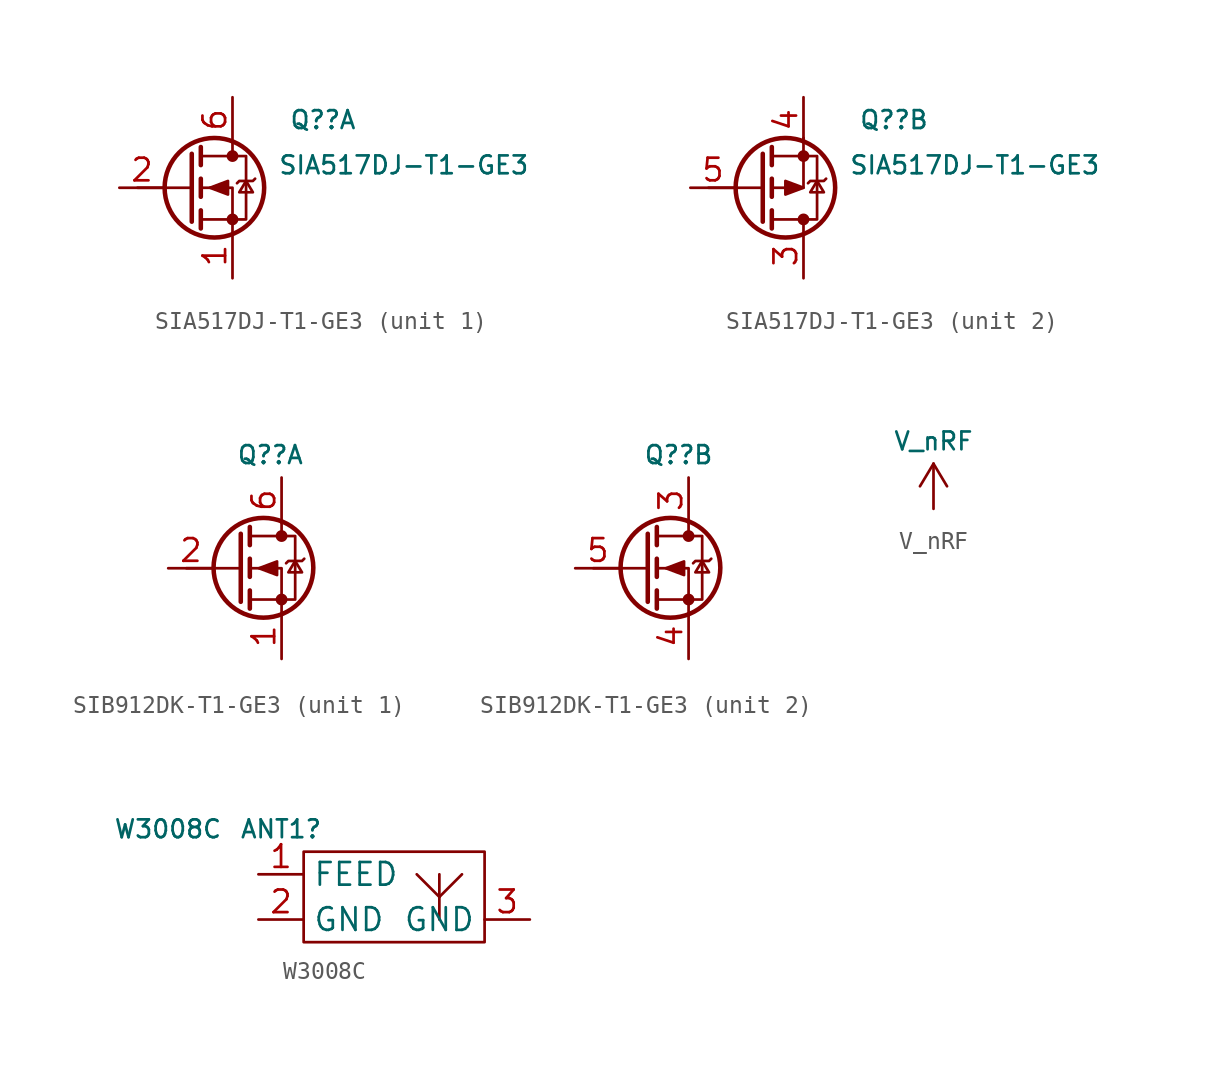
<source format=kicad_sym>
(kicad_symbol_lib
  (version 20211014)
  (generator kicad_symbol_editor)
  (symbol "SIA517DJ-T1-GE3"
    (property "Reference" "Q?"
      (at 3.81 3.81 0)
      (effects (font (size 1 1))))
    (property "Value" "SIA517DJ-T1-GE3"
      (at 1.27 1.27 0)
      (effects (font (size 1 1)) (justify left)))
    (symbol "SIA517DJ-T1-GE3_0_1"
      (circle (center -2.286 0) (radius 2.794) (stroke (width 0.254) (type default) (color 0 0 0 0)) (fill (type none)))
      (circle (center -1.27 -1.778) (radius 0.254) (stroke (width 0) (type default) (color 0 0 0 0)) (fill (type outline)))
      (circle (center -1.27 1.778) (radius 0.254) (stroke (width 0) (type default) (color 0 0 0 0)) (fill (type outline)))
      (polyline (pts (xy -3.556 -1.905) (xy -3.556 1.905)) (stroke (width 0.254) (type default) (color 0 0 0 0)) (fill (type none)))
      (polyline (pts (xy -3.556 0) (xy -6.604 0)) (stroke (width 0) (type default) (color 0 0 0 0)) (fill (type none)))
      (polyline (pts (xy -3.048 -2.286) (xy -3.048 -1.27)) (stroke (width 0.254) (type default) (color 0 0 0 0)) (fill (type none)))
      (polyline (pts (xy -3.048 -0.508) (xy -3.048 0.508)) (stroke (width 0.254) (type default) (color 0 0 0 0)) (fill (type none)))
      (polyline (pts (xy -3.048 1.27) (xy -3.048 2.286)) (stroke (width 0.254) (type default) (color 0 0 0 0)) (fill (type none)))
      (polyline (pts (xy -1.27 -2.54) (xy -1.27 -1.778)) (stroke (width 0) (type default) (color 0 0 0 0)) (fill (type none)))
      (polyline (pts (xy -3.048 -1.778) (xy -0.508 -1.778) (xy -0.508 1.778) (xy -3.048 1.778)) (stroke (width 0) (type default) (color 0 0 0 0)) (fill (type none)))
      (polyline (pts (xy -1.016 0.254) (xy -0.889 0.381) (xy -0.127 0.381) (xy 0 0.508)) (stroke (width 0) (type default) (color 0 0 0 0)) (fill (type none)))
      (polyline (pts (xy -0.508 0.381) (xy -0.127 -0.254) (xy -0.889 -0.254) (xy -0.508 0.381)) (stroke (width 0) (type default) (color 0 0 0 0)) (fill (type none))))
    (symbol "SIA517DJ-T1-GE3_1_1"
      (polyline (pts (xy -1.27 2.54) (xy -1.27 1.778)) (stroke (width 0) (type default) (color 0 0 0 0)) (fill (type none)))
      (polyline (pts (xy -1.27 -1.778) (xy -1.27 0) (xy -3.048 0)) (stroke (width 0) (type default) (color 0 0 0 0)) (fill (type none)))
      (polyline (pts (xy -2.54 0) (xy -1.524 -0.381) (xy -1.524 0.381) (xy -2.54 0)) (stroke (width 0) (type default) (color 0 0 0 0)) (fill (type outline)))
      (pin passive line (at -1.27 -5.08 90) (length 2.54) (name "" (effects (font (size 1.27 1.27)))) (number "1" (effects (font (size 1.27 1.27)))))
      (pin passive line (at -7.62 0 0) (length 2.54) (name "" (effects (font (size 1.27 1.27)))) (number "2" (effects (font (size 1.27 1.27)))))
      (pin passive line (at -1.27 5.08 270) (length 2.54) (name "" (effects (font (size 1.27 1.27)))) (number "6" (effects (font (size 1.27 1.27))))))
    (symbol "SIA517DJ-T1-GE3_2_1"
      (polyline (pts (xy -1.27 1.778) (xy -1.27 2.794)) (stroke (width 0) (type default) (color 0 0 0 0)) (fill (type none)))
      (polyline (pts (xy -3.048 0) (xy -1.27 0) (xy -1.27 1.778)) (stroke (width 0) (type default) (color 0 0 0 0)) (fill (type none)))
      (polyline (pts (xy -1.27 0) (xy -2.286 -0.381) (xy -2.286 0.381) (xy -1.27 0)) (stroke (width 0) (type default) (color 0 0 0 0)) (fill (type outline)))
      (pin passive line (at -1.27 -5.08 90) (length 2.54) (name "" (effects (font (size 1.27 1.27)))) (number "3" (effects (font (size 1.27 1.27)))))
      (pin passive line (at -1.27 5.08 270) (length 2.54) (name "" (effects (font (size 1.27 1.27)))) (number "4" (effects (font (size 1.27 1.27)))))
      (pin passive line (at -7.62 0 0) (length 2.54) (name "" (effects (font (size 1.27 1.27)))) (number "5" (effects (font (size 1.27 1.27)))))))
  (symbol "SIB912DK-T1-GE3"
    (property "Reference" "Q?"
      (at -3.81 6.35 0)
      (effects (font (size 1 1)) (justify left)))
    (symbol "SIB912DK-T1-GE3_0_1"
      (circle (center -2.286 0.025) (radius 2.794) (stroke (width 0.254) (type default) (color 0 0 0 0)) (fill (type none)))
      (circle (center -1.27 -1.753) (radius 0.254) (stroke (width 0) (type default) (color 0 0 0 0)) (fill (type outline)))
      (circle (center -1.27 1.803) (radius 0.254) (stroke (width 0) (type default) (color 0 0 0 0)) (fill (type outline)))
      (polyline (pts (xy -3.556 -1.88) (xy -3.556 1.93)) (stroke (width 0.254) (type default) (color 0 0 0 0)) (fill (type none)))
      (polyline (pts (xy -3.556 0) (xy -6.604 0)) (stroke (width 0) (type default) (color 0 0 0 0)) (fill (type none)))
      (polyline (pts (xy -3.048 -2.261) (xy -3.048 -1.245)) (stroke (width 0.254) (type default) (color 0 0 0 0)) (fill (type none)))
      (polyline (pts (xy -3.048 -0.483) (xy -3.048 0.533)) (stroke (width 0.254) (type default) (color 0 0 0 0)) (fill (type none)))
      (polyline (pts (xy -3.048 1.295) (xy -3.048 2.311)) (stroke (width 0.254) (type default) (color 0 0 0 0)) (fill (type none)))
      (polyline (pts (xy -1.27 -2.54) (xy -1.27 -1.778)) (stroke (width 0) (type default) (color 0 0 0 0)) (fill (type none)))
      (polyline (pts (xy -3.048 -1.753) (xy -0.508 -1.753) (xy -0.508 1.803) (xy -3.048 1.803)) (stroke (width 0) (type default) (color 0 0 0 0)) (fill (type none)))
      (polyline (pts (xy -1.016 0.279) (xy -0.889 0.406) (xy -0.127 0.406) (xy 0 0.533)) (stroke (width 0) (type default) (color 0 0 0 0)) (fill (type none)))
      (polyline (pts (xy -0.508 0.406) (xy -0.127 -0.229) (xy -0.889 -0.229) (xy -0.508 0.406)) (stroke (width 0) (type default) (color 0 0 0 0)) (fill (type none))))
    (symbol "SIB912DK-T1-GE3_1_1"
      (polyline (pts (xy -1.27 2.54) (xy -1.27 1.778)) (stroke (width 0) (type default) (color 0 0 0 0)) (fill (type none)))
      (polyline (pts (xy -1.27 -1.778) (xy -1.27 0) (xy -3.048 0)) (stroke (width 0) (type default) (color 0 0 0 0)) (fill (type none)))
      (polyline (pts (xy -2.54 0) (xy -1.524 -0.381) (xy -1.524 0.381) (xy -2.54 0)) (stroke (width 0) (type default) (color 0 0 0 0)) (fill (type outline)))
      (pin passive line (at -1.27 -5.08 90) (length 2.54) (name "" (effects (font (size 1.27 1.27)))) (number "1" (effects (font (size 1.27 1.27)))))
      (pin passive line (at -7.62 0 0) (length 2.54) (name "" (effects (font (size 1.27 1.27)))) (number "2" (effects (font (size 1.27 1.27)))))
      (pin passive line (at -1.27 5.08 270) (length 2.54) (name "" (effects (font (size 1.27 1.27)))) (number "6" (effects (font (size 1.27 1.27))))))
    (symbol "SIB912DK-T1-GE3_2_1"
      (polyline (pts (xy -1.27 2.565) (xy -1.27 1.803)) (stroke (width 0) (type default) (color 0 0 0 0)) (fill (type none)))
      (polyline (pts (xy -1.27 -1.753) (xy -1.27 0) (xy -3.048 0)) (stroke (width 0) (type default) (color 0 0 0 0)) (fill (type none)))
      (polyline (pts (xy -2.54 0) (xy -1.524 -0.381) (xy -1.524 0.381) (xy -2.54 0)) (stroke (width 0) (type default) (color 0 0 0 0)) (fill (type outline)))
      (pin passive line (at -1.27 5.08 270) (length 2.54) (name "" (effects (font (size 1.27 1.27)))) (number "3" (effects (font (size 1.27 1.27)))))
      (pin passive line (at -1.27 -5.08 90) (length 2.54) (name "" (effects (font (size 1.27 1.27)))) (number "4" (effects (font (size 1.27 1.27)))))
      (pin passive line (at -7.62 0 0) (length 2.54) (name "" (effects (font (size 1.27 1.27)))) (number "5" (effects (font (size 1.27 1.27)))))))
  (symbol "V_nRF"
    (power)
    (pin_names
      (offset 0))
    (property "Reference" "#PWR?"
      (at 5.08 0 0)
      (effects (font (size 1 1)) hide))
    (property "Value" "V_nRF"
      (at 0 3.81 0)
      (effects (font (size 1 1))))
    (symbol "V_nRF_0_1"
      (polyline (pts (xy -0.762 1.27) (xy 0 2.54)) (stroke (width 0) (type default) (color 0 0 0 0)) (fill (type none)))
      (polyline (pts (xy 0 0) (xy 0 2.54)) (stroke (width 0) (type default) (color 0 0 0 0)) (fill (type none)))
      (polyline (pts (xy 0 2.54) (xy 0.762 1.27)) (stroke (width 0) (type default) (color 0 0 0 0)) (fill (type none))))
    (symbol "V_nRF_1_1"
      (pin power_in line (at 0 0 90) (length 0) hide (name "V_nRF" (effects (font (size 1.27 1.27)))) (number "1" (effects (font (size 1.27 1.27)))))))
  (symbol "W3008C"
    (property "Reference" "ANT1"
      (at -1.27 0 0)
      (effects (font (size 1 1))))
    (property "Value" "W3008C"
      (at -7.62 0 0)
      (effects (font (size 1 1))))
    (symbol "W3008C_0_0"
      (pin input line (at -2.54 -2.54 0) (length 2.54) (name "FEED" (effects (font (size 1.27 1.27)))) (number "1" (effects (font (size 1.27 1.27)))))
      (pin power_in line (at -2.54 -5.08 0) (length 2.54) (name "GND" (effects (font (size 1.27 1.27)))) (number "2" (effects (font (size 1.27 1.27)))))
      (pin power_in line (at 12.7 -5.08 180) (length 2.54) (name "GND" (effects (font (size 1.27 1.27)))) (number "3" (effects (font (size 1.27 1.27))))))
    (symbol "W3008C_0_1"
      (rectangle (start 0 -1.27) (end 10.16 -6.35) (stroke (width 0) (type default) (color 0 0 0 0)) (fill (type none)))
      (polyline (pts (xy 7.62 -5.08) (xy 7.62 -2.54)) (stroke (width 0) (type default) (color 0 0 0 0)) (fill (type none)))
      (polyline (pts (xy 7.62 -3.81) (xy 6.35 -2.54)) (stroke (width 0) (type default) (color 0 0 0 0)) (fill (type none)))
      (polyline (pts (xy 7.62 -3.81) (xy 8.89 -2.54)) (stroke (width 0) (type default) (color 0 0 0 0)) (fill (type none))))))
</source>
